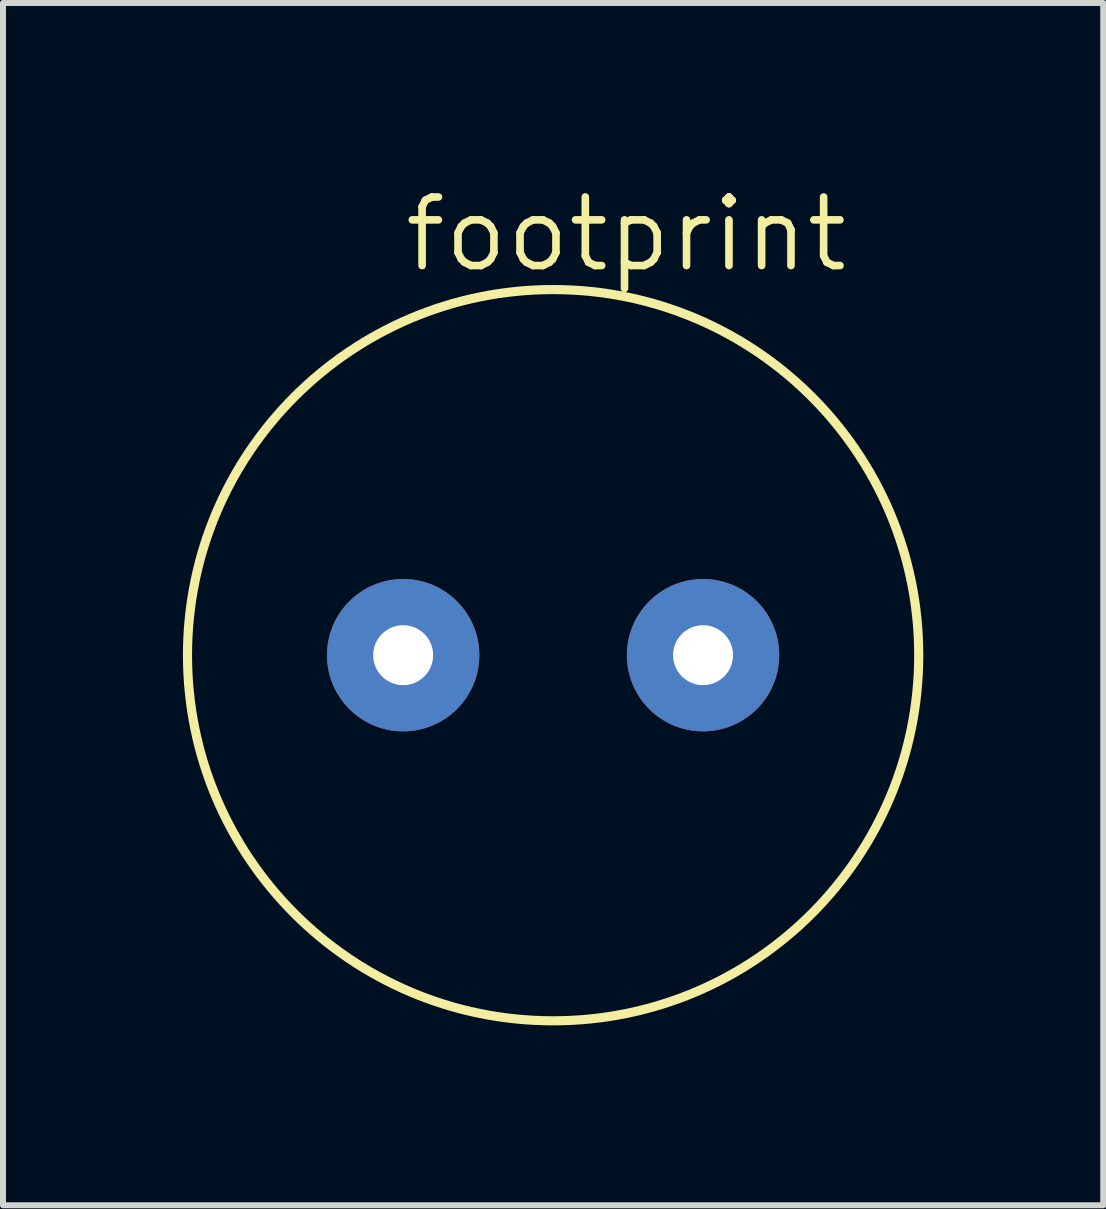
<source format=kicad_pcb>
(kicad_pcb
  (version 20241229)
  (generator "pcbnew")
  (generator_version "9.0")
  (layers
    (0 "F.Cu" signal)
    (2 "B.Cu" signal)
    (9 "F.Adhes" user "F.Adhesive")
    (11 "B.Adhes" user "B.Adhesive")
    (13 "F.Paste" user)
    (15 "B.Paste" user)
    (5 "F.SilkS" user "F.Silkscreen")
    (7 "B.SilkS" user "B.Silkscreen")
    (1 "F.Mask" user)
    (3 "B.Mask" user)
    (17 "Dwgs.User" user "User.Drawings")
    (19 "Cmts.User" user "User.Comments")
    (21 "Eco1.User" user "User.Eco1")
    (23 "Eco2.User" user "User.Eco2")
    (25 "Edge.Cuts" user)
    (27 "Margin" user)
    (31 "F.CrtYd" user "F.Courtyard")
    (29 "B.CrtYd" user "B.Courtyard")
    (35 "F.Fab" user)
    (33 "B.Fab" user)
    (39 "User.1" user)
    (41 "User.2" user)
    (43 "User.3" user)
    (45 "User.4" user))
  (footprint "footprint"
    (layer "F.Cu")
    (at 6.172 7.874)
    (property "Reference" "footprint" (at -2.54 -6.35 0) (layer "F.SilkS") (effects (font (size 1.143 1.143) (thickness 0.127)) (justify left bottom)))
    (fp_circle (center 0 0) (end 6.096 0) (stroke (width 0.152) (type solid)) (fill no) (layer "F.SilkS"))
    (pad "P$1" thru_hole circle (at -2.5 0) (size 2.54 2.54) (drill 1) (layers "*.Cu" "*.Mask"))
    (pad "P$2" thru_hole circle (at 2.5 0) (size 2.54 2.54) (drill 1) (layers "*.Cu" "*.Mask")))
  (gr_rect
    (start -3 -3)
    (end 15.344 17.046)
    (stroke (width 0.1) (type default))
    (fill no)
    (layer "Edge.Cuts")))
</source>
